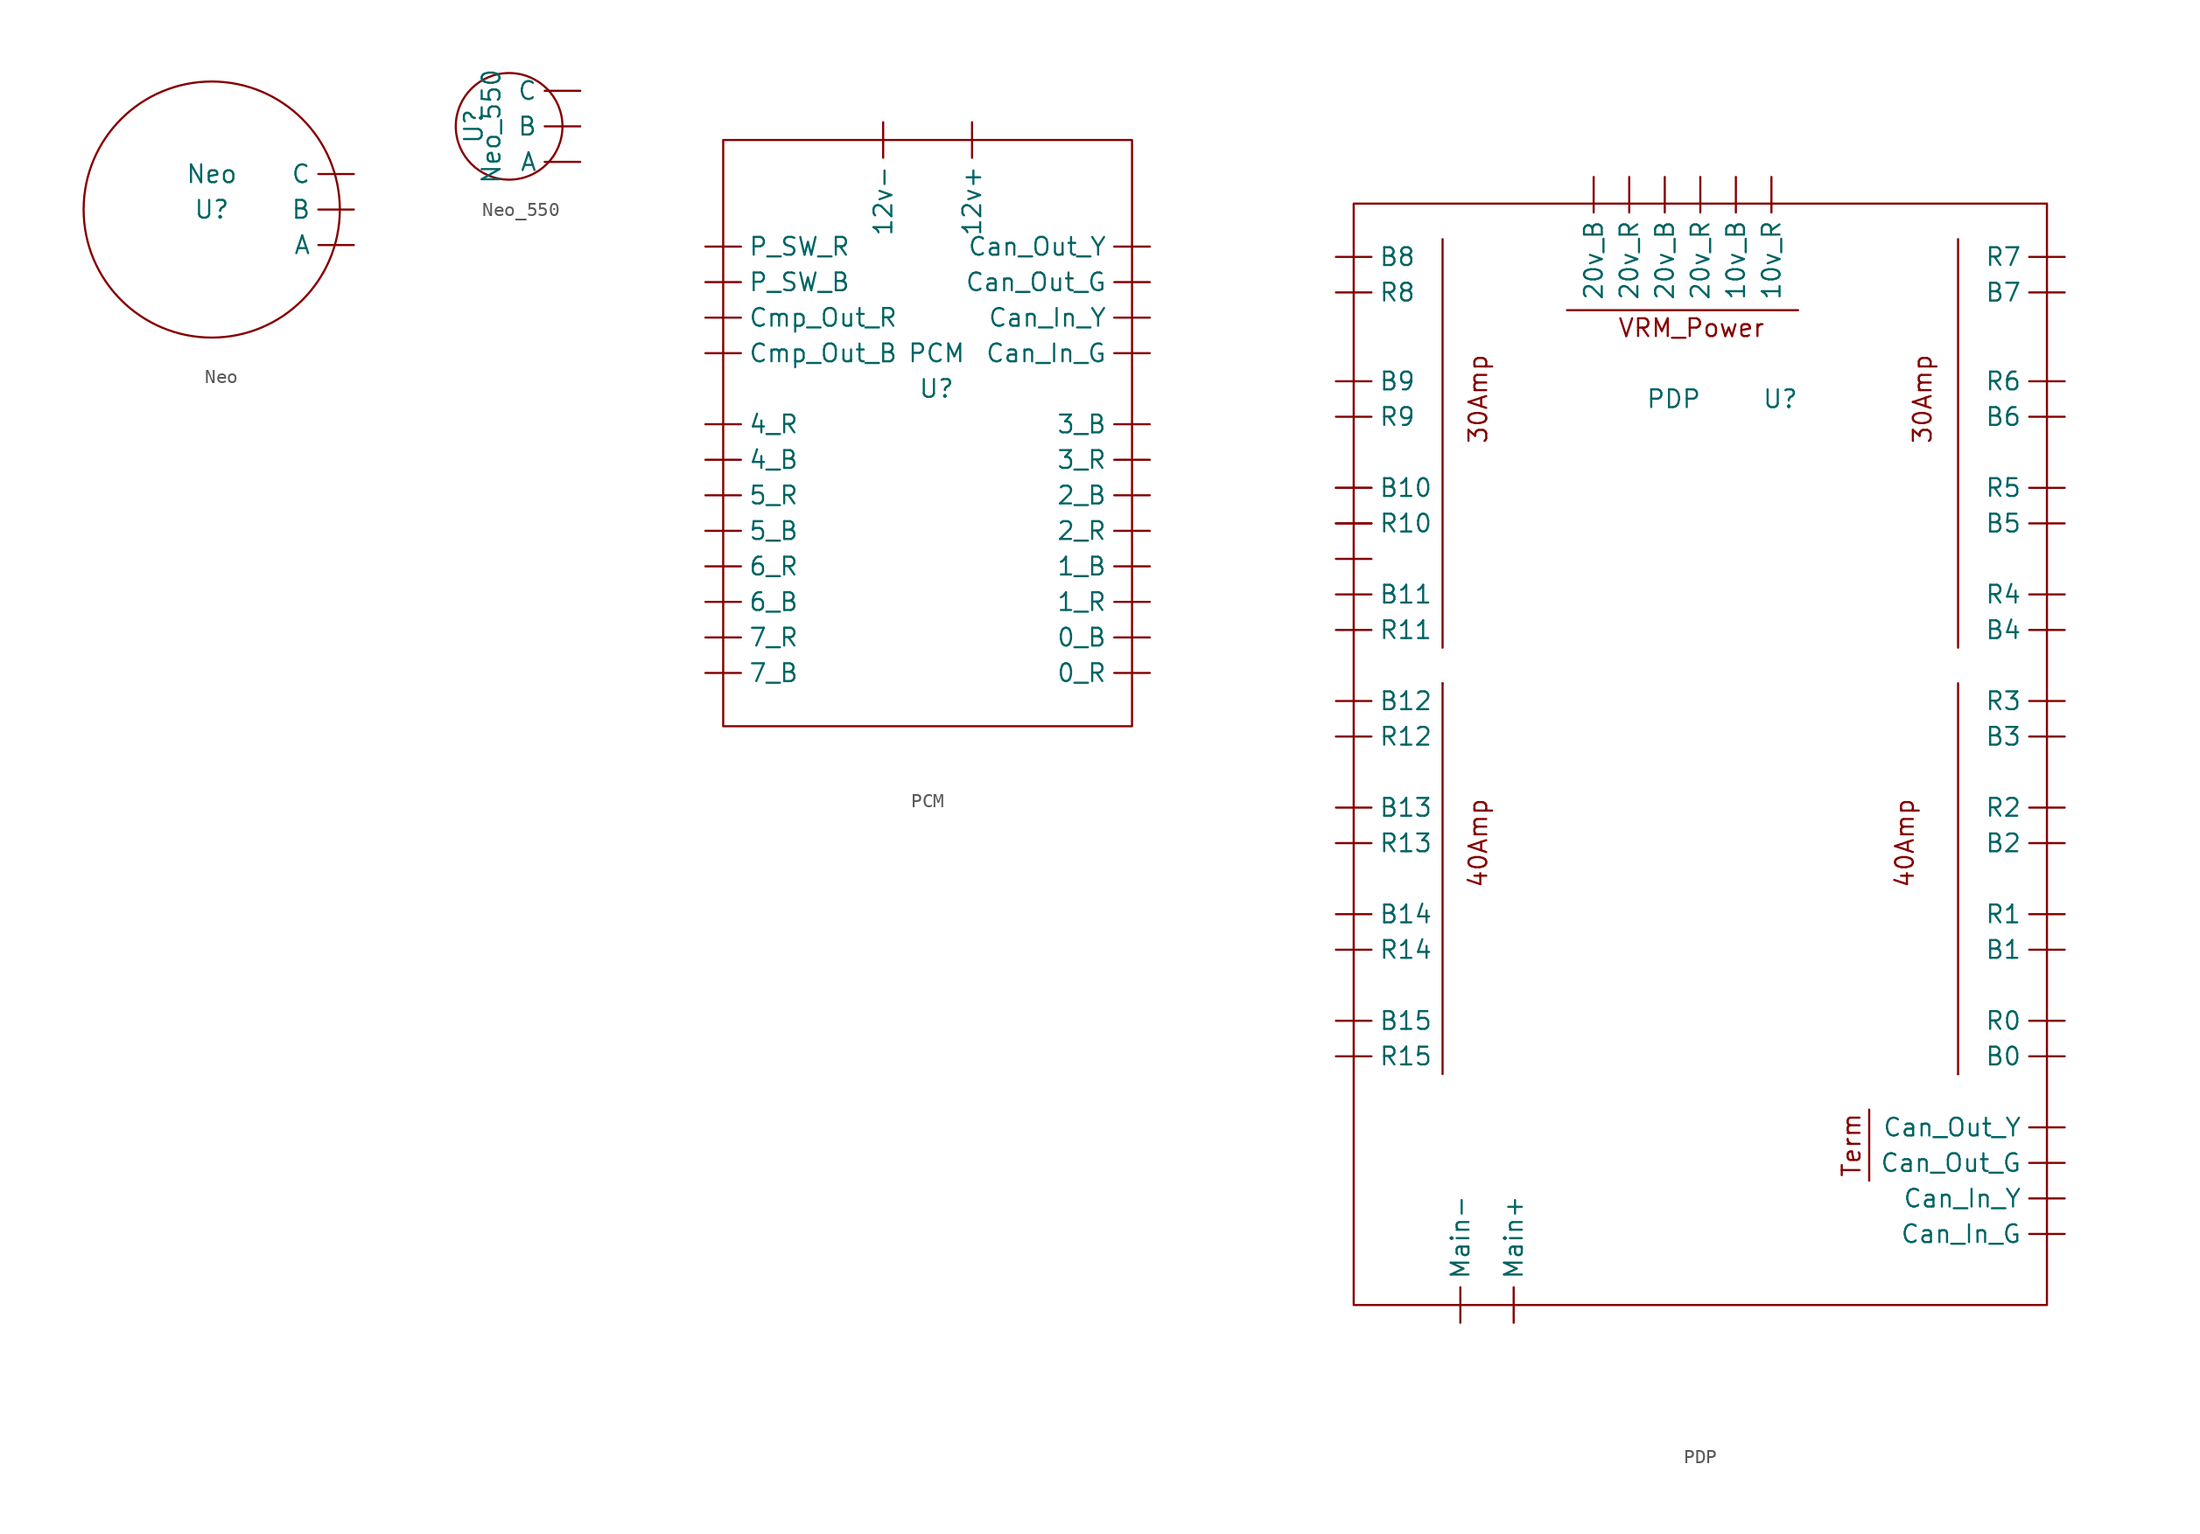
<source format=kicad_sym>
(kicad_symbol_lib
  (version 20211014)
  (generator kicad_symbol_editor)
  (symbol "Neo"
    (property "Reference" "U"
      (at -2.54 -1.27 0)
      (effects (font (size 1.27 1.27))))
    (property "Value" "Neo"
      (at -2.54 1.27 0)
      (effects (font (size 1.27 1.27))))
    (symbol "Neo_0_0"
      (circle (center -2.54 -1.27) (radius 9.158) (stroke (width 0) (type default) (color 0 0 0 0)) (fill (type none)))
      (pin input line (at 7.62 -3.81 180) (length 2.54) (name "A" (effects (font (size 1.27 1.27)))) (number "" (effects (font (size 1.27 1.27)))))
      (pin input line (at 7.62 -1.27 180) (length 2.54) (name "B" (effects (font (size 1.27 1.27)))) (number "" (effects (font (size 1.27 1.27)))))
      (pin input line (at 7.62 1.27 180) (length 2.54) (name "C" (effects (font (size 1.27 1.27)))) (number "" (effects (font (size 1.27 1.27)))))))
  (symbol "Neo_550"
    (property "Reference" "U"
      (at -2.54 -3.81 90)
      (effects (font (size 1.27 1.27))))
    (property "Value" "Neo_550"
      (at -1.27 -3.81 90)
      (effects (font (size 1.27 1.27))))
    (symbol "Neo_550_0_0"
      (circle (center 0 -3.81) (radius 3.81) (stroke (width 0) (type default) (color 0 0 0 0)) (fill (type none)))
      (pin input line (at 5.08 -6.35 180) (length 2.54) (name "A" (effects (font (size 1.27 1.27)))) (number "" (effects (font (size 1.27 1.27)))))
      (pin input line (at 5.08 -3.81 180) (length 2.54) (name "B" (effects (font (size 1.27 1.27)))) (number "" (effects (font (size 1.27 1.27)))))
      (pin input line (at 5.08 -1.27 180) (length 2.54) (name "C" (effects (font (size 1.27 1.27)))) (number "" (effects (font (size 1.27 1.27)))))))
  (symbol "PCM"
    (property "Reference" "U"
      (at -5.08 -3.81 0)
      (effects (font (size 1.27 1.27))))
    (property "Value" "PCM"
      (at -5.08 -1.27 0)
      (effects (font (size 1.27 1.27))))
    (symbol "PCM_0_0"
      (rectangle (start -20.32 13.97) (end 8.89 -27.94) (stroke (width 0) (type default) (color 0 0 0 0)) (fill (type none)))
      (pin output line (at 10.16 -21.59 180) (length 2.54) (name "0_B" (effects (font (size 1.27 1.27)))) (number "" (effects (font (size 1.27 1.27)))))
      (pin output line (at 10.16 -24.13 180) (length 2.54) (name "0_R" (effects (font (size 1.27 1.27)))) (number "" (effects (font (size 1.27 1.27)))))
      (pin input line (at -2.54 15.24 270) (length 2.54) (name "12v+" (effects (font (size 1.27 1.27)))) (number "" (effects (font (size 1.27 1.27)))))
      (pin input line (at -8.89 15.24 270) (length 2.54) (name "12v-" (effects (font (size 1.27 1.27)))) (number "" (effects (font (size 1.27 1.27)))))
      (pin output line (at 10.16 -16.51 180) (length 2.54) (name "1_B" (effects (font (size 1.27 1.27)))) (number "" (effects (font (size 1.27 1.27)))))
      (pin output line (at 10.16 -19.05 180) (length 2.54) (name "1_R" (effects (font (size 1.27 1.27)))) (number "" (effects (font (size 1.27 1.27)))))
      (pin output line (at 10.16 -11.43 180) (length 2.54) (name "2_B" (effects (font (size 1.27 1.27)))) (number "" (effects (font (size 1.27 1.27)))))
      (pin output line (at 10.16 -13.97 180) (length 2.54) (name "2_R" (effects (font (size 1.27 1.27)))) (number "" (effects (font (size 1.27 1.27)))))
      (pin output line (at 10.16 -6.35 180) (length 2.54) (name "3_B" (effects (font (size 1.27 1.27)))) (number "" (effects (font (size 1.27 1.27)))))
      (pin output line (at 10.16 -8.89 180) (length 2.54) (name "3_R" (effects (font (size 1.27 1.27)))) (number "" (effects (font (size 1.27 1.27)))))
      (pin output line (at -21.59 -8.89 0) (length 2.54) (name "4_B" (effects (font (size 1.27 1.27)))) (number "" (effects (font (size 1.27 1.27)))))
      (pin output line (at -21.59 -6.35 0) (length 2.54) (name "4_R" (effects (font (size 1.27 1.27)))) (number "" (effects (font (size 1.27 1.27)))))
      (pin output line (at -21.59 -13.97 0) (length 2.54) (name "5_B" (effects (font (size 1.27 1.27)))) (number "" (effects (font (size 1.27 1.27)))))
      (pin output line (at -21.59 -11.43 0) (length 2.54) (name "5_R" (effects (font (size 1.27 1.27)))) (number "" (effects (font (size 1.27 1.27)))))
      (pin output line (at -21.59 -19.05 0) (length 2.54) (name "6_B" (effects (font (size 1.27 1.27)))) (number "" (effects (font (size 1.27 1.27)))))
      (pin output line (at -21.59 -16.51 0) (length 2.54) (name "6_R" (effects (font (size 1.27 1.27)))) (number "" (effects (font (size 1.27 1.27)))))
      (pin input line (at -21.59 -24.13 0) (length 2.54) (name "7_B" (effects (font (size 1.27 1.27)))) (number "" (effects (font (size 1.27 1.27)))))
      (pin output line (at -21.59 -21.59 0) (length 2.54) (name "7_R" (effects (font (size 1.27 1.27)))) (number "" (effects (font (size 1.27 1.27)))))
      (pin input line (at 10.16 -1.27 180) (length 2.54) (name "Can_In_G" (effects (font (size 1.27 1.27)))) (number "" (effects (font (size 1.27 1.27)))))
      (pin input line (at 10.16 1.27 180) (length 2.54) (name "Can_In_Y" (effects (font (size 1.27 1.27)))) (number "" (effects (font (size 1.27 1.27)))))
      (pin output line (at 10.16 3.81 180) (length 2.54) (name "Can_Out_G" (effects (font (size 1.27 1.27)))) (number "" (effects (font (size 1.27 1.27)))))
      (pin output line (at 10.16 6.35 180) (length 2.54) (name "Can_Out_Y" (effects (font (size 1.27 1.27)))) (number "" (effects (font (size 1.27 1.27)))))
      (pin output line (at -21.59 -1.27 0) (length 2.54) (name "Cmp_Out_B" (effects (font (size 1.27 1.27)))) (number "" (effects (font (size 1.27 1.27)))))
      (pin output line (at -21.59 1.27 0) (length 2.54) (name "Cmp_Out_R" (effects (font (size 1.27 1.27)))) (number "" (effects (font (size 1.27 1.27)))))
      (pin input line (at -21.59 3.81 0) (length 2.54) (name "P_SW_B" (effects (font (size 1.27 1.27)))) (number "" (effects (font (size 1.27 1.27)))))
      (pin input line (at -21.59 6.35 0) (length 2.54) (name "P_SW_R" (effects (font (size 1.27 1.27)))) (number "" (effects (font (size 1.27 1.27)))))))
  (symbol "PDP"
    (property "Reference" "U"
      (at 7.62 6.35 0)
      (effects (font (size 1.27 1.27))))
    (property "Value" "PDP"
      (at 0 6.35 0)
      (effects (font (size 1.27 1.27))))
    (symbol "PDP_0_0"
      (polyline (pts (xy 8.89 12.7) (xy -7.62 12.7)) (stroke (width 0) (type default) (color 0 0 0 0)) (fill (type none)))
      (polyline (pts (xy 13.97 -44.45) (xy 13.97 -49.53)) (stroke (width 0) (type default) (color 0 0 0 0)) (fill (type none)))
      (text "30Amp" (at -13.97 6.35 900) (effects (font (size 1.27 1.27))))
      (text "30Amp" (at 17.78 6.35 900) (effects (font (size 1.27 1.27))))
      (text "40Amp" (at -13.97 -25.4 900) (effects (font (size 1.27 1.27))))
      (text "40Amp" (at 16.51 -25.4 900) (effects (font (size 1.27 1.27))))
      (text "Term" (at 12.7 -46.99 900) (effects (font (size 1.27 1.27))))
      (text "VRM_Power" (at 1.27 11.43 0) (effects (font (size 1.27 1.27))))
      (pin output line (at -24.13 -5.08 0) (length 2.54) (name "" (effects (font (size 1.27 1.27)))) (number "" (effects (font (size 1.27 1.27)))))
      (pin output line (at -24.13 -2.54 0) (length 2.54) (name "" (effects (font (size 1.27 1.27)))) (number "" (effects (font (size 1.27 1.27)))))
      (pin output line (at -24.13 0 0) (length 2.54) (name "" (effects (font (size 1.27 1.27)))) (number "" (effects (font (size 1.27 1.27)))))
      (pin output line (at 4.445 22.225 270) (length 2.54) (name "10v_B" (effects (font (size 1.27 1.27)))) (number "" (effects (font (size 1.27 1.27)))))
      (pin output line (at 6.985 22.225 270) (length 2.54) (name "10v_R" (effects (font (size 1.27 1.27)))) (number "" (effects (font (size 1.27 1.27)))))
      (pin output line (at -5.715 22.225 270) (length 2.54) (name "20v_B" (effects (font (size 1.27 1.27)))) (number "" (effects (font (size 1.27 1.27)))))
      (pin output line (at -0.635 22.225 270) (length 2.54) (name "20v_B" (effects (font (size 1.27 1.27)))) (number "" (effects (font (size 1.27 1.27)))))
      (pin output line (at -3.175 22.225 270) (length 2.54) (name "20v_R" (effects (font (size 1.27 1.27)))) (number "" (effects (font (size 1.27 1.27)))))
      (pin output line (at 1.905 22.225 270) (length 2.54) (name "20v_R" (effects (font (size 1.27 1.27)))) (number "" (effects (font (size 1.27 1.27)))))
      (pin output line (at 27.94 -40.64 180) (length 2.54) (name "B0" (effects (font (size 1.27 1.27)))) (number "" (effects (font (size 1.27 1.27)))))
      (pin output line (at 27.94 -33.02 180) (length 2.54) (name "B1" (effects (font (size 1.27 1.27)))) (number "" (effects (font (size 1.27 1.27)))))
      (pin output line (at -24.13 0 0) (length 2.54) (name "B10" (effects (font (size 1.27 1.27)))) (number "" (effects (font (size 1.27 1.27)))))
      (pin output line (at -24.13 -7.62 0) (length 2.54) (name "B11" (effects (font (size 1.27 1.27)))) (number "" (effects (font (size 1.27 1.27)))))
      (pin output line (at -24.13 -15.24 0) (length 2.54) (name "B12" (effects (font (size 1.27 1.27)))) (number "" (effects (font (size 1.27 1.27)))))
      (pin output line (at -24.13 -22.86 0) (length 2.54) (name "B13" (effects (font (size 1.27 1.27)))) (number "" (effects (font (size 1.27 1.27)))))
      (pin output line (at -24.13 -30.48 0) (length 2.54) (name "B14" (effects (font (size 1.27 1.27)))) (number "" (effects (font (size 1.27 1.27)))))
      (pin output line (at -24.13 -38.1 0) (length 2.54) (name "B15" (effects (font (size 1.27 1.27)))) (number "" (effects (font (size 1.27 1.27)))))
      (pin output line (at 27.94 -25.4 180) (length 2.54) (name "B2" (effects (font (size 1.27 1.27)))) (number "" (effects (font (size 1.27 1.27)))))
      (pin output line (at 27.94 -17.78 180) (length 2.54) (name "B3" (effects (font (size 1.27 1.27)))) (number "" (effects (font (size 1.27 1.27)))))
      (pin output line (at 27.94 -10.16 180) (length 2.54) (name "B4" (effects (font (size 1.27 1.27)))) (number "" (effects (font (size 1.27 1.27)))))
      (pin output line (at 27.94 -2.54 180) (length 2.54) (name "B5" (effects (font (size 1.27 1.27)))) (number "" (effects (font (size 1.27 1.27)))))
      (pin output line (at 27.94 5.08 180) (length 2.54) (name "B6" (effects (font (size 1.27 1.27)))) (number "" (effects (font (size 1.27 1.27)))))
      (pin output line (at 27.94 13.97 180) (length 2.54) (name "B7" (effects (font (size 1.27 1.27)))) (number "" (effects (font (size 1.27 1.27)))))
      (pin output line (at -24.13 16.51 0) (length 2.54) (name "B8" (effects (font (size 1.27 1.27)))) (number "" (effects (font (size 1.27 1.27)))))
      (pin output line (at -24.13 7.62 0) (length 2.54) (name "B9" (effects (font (size 1.27 1.27)))) (number "" (effects (font (size 1.27 1.27)))))
      (pin input line (at 27.94 -53.34 180) (length 2.54) (name "Can_In_G" (effects (font (size 1.27 1.27)))) (number "" (effects (font (size 1.27 1.27)))))
      (pin input line (at 27.94 -50.8 180) (length 2.54) (name "Can_In_Y" (effects (font (size 1.27 1.27)))) (number "" (effects (font (size 1.27 1.27)))))
      (pin input line (at 27.94 -48.26 180) (length 2.54) (name "Can_Out_G" (effects (font (size 1.27 1.27)))) (number "" (effects (font (size 1.27 1.27)))))
      (pin input line (at 27.94 -45.72 180) (length 2.54) (name "Can_Out_Y" (effects (font (size 1.27 1.27)))) (number "" (effects (font (size 1.27 1.27)))))
      (pin input line (at -11.43 -59.69 90) (length 2.54) (name "Main+" (effects (font (size 1.27 1.27)))) (number "" (effects (font (size 1.27 1.27)))))
      (pin input line (at -15.24 -59.69 90) (length 2.54) (name "Main-" (effects (font (size 1.27 1.27)))) (number "" (effects (font (size 1.27 1.27)))))
      (pin output line (at 27.94 -38.1 180) (length 2.54) (name "R0" (effects (font (size 1.27 1.27)))) (number "" (effects (font (size 1.27 1.27)))))
      (pin output line (at 27.94 -30.48 180) (length 2.54) (name "R1" (effects (font (size 1.27 1.27)))) (number "" (effects (font (size 1.27 1.27)))))
      (pin output line (at -24.13 -2.54 0) (length 2.54) (name "R10" (effects (font (size 1.27 1.27)))) (number "" (effects (font (size 1.27 1.27)))))
      (pin output line (at -24.13 -10.16 0) (length 2.54) (name "R11" (effects (font (size 1.27 1.27)))) (number "" (effects (font (size 1.27 1.27)))))
      (pin output line (at -24.13 -17.78 0) (length 2.54) (name "R12" (effects (font (size 1.27 1.27)))) (number "" (effects (font (size 1.27 1.27)))))
      (pin output line (at -24.13 -25.4 0) (length 2.54) (name "R13" (effects (font (size 1.27 1.27)))) (number "" (effects (font (size 1.27 1.27)))))
      (pin output line (at -24.13 -33.02 0) (length 2.54) (name "R14" (effects (font (size 1.27 1.27)))) (number "" (effects (font (size 1.27 1.27)))))
      (pin output line (at -24.13 -40.64 0) (length 2.54) (name "R15" (effects (font (size 1.27 1.27)))) (number "" (effects (font (size 1.27 1.27)))))
      (pin output line (at 27.94 -22.86 180) (length 2.54) (name "R2" (effects (font (size 1.27 1.27)))) (number "" (effects (font (size 1.27 1.27)))))
      (pin output line (at 27.94 -15.24 180) (length 2.54) (name "R3" (effects (font (size 1.27 1.27)))) (number "" (effects (font (size 1.27 1.27)))))
      (pin output line (at 27.94 -7.62 180) (length 2.54) (name "R4" (effects (font (size 1.27 1.27)))) (number "" (effects (font (size 1.27 1.27)))))
      (pin output line (at 27.94 0 180) (length 2.54) (name "R5" (effects (font (size 1.27 1.27)))) (number "" (effects (font (size 1.27 1.27)))))
      (pin output line (at 27.94 7.62 180) (length 2.54) (name "R6" (effects (font (size 1.27 1.27)))) (number "" (effects (font (size 1.27 1.27)))))
      (pin output line (at 27.94 16.51 180) (length 2.54) (name "R7" (effects (font (size 1.27 1.27)))) (number "" (effects (font (size 1.27 1.27)))))
      (pin output line (at -24.13 13.97 0) (length 2.54) (name "R8" (effects (font (size 1.27 1.27)))) (number "" (effects (font (size 1.27 1.27)))))
      (pin output line (at -24.13 5.08 0) (length 2.54) (name "R9" (effects (font (size 1.27 1.27)))) (number "" (effects (font (size 1.27 1.27))))))
    (symbol "PDP_0_1"
      (rectangle (start -22.86 20.32) (end 26.67 -58.42) (stroke (width 0) (type default) (color 0 0 0 0)) (fill (type none)))
      (polyline (pts (xy -16.51 -13.97) (xy -16.51 -41.91)) (stroke (width 0) (type default) (color 0 0 0 0)) (fill (type none)))
      (polyline (pts (xy -16.51 -13.97) (xy -16.51 -13.97)) (stroke (width 0) (type default) (color 0 0 0 0)) (fill (type none)))
      (polyline (pts (xy 20.32 -41.91) (xy 20.32 -41.91)) (stroke (width 0) (type default) (color 0 0 0 0)) (fill (type none)))
      (polyline (pts (xy 20.32 -41.91) (xy 20.32 -13.97)) (stroke (width 0) (type default) (color 0 0 0 0)) (fill (type none)))
      (polyline (pts (xy 20.32 -11.43) (xy 20.32 17.78)) (stroke (width 0) (type default) (color 0 0 0 0)) (fill (type none)))
      (polyline (pts (xy -16.51 17.78) (xy -16.51 -11.43) (xy -16.51 17.78)) (stroke (width 0) (type default) (color 0 0 0 0)) (fill (type none))))))
</source>
